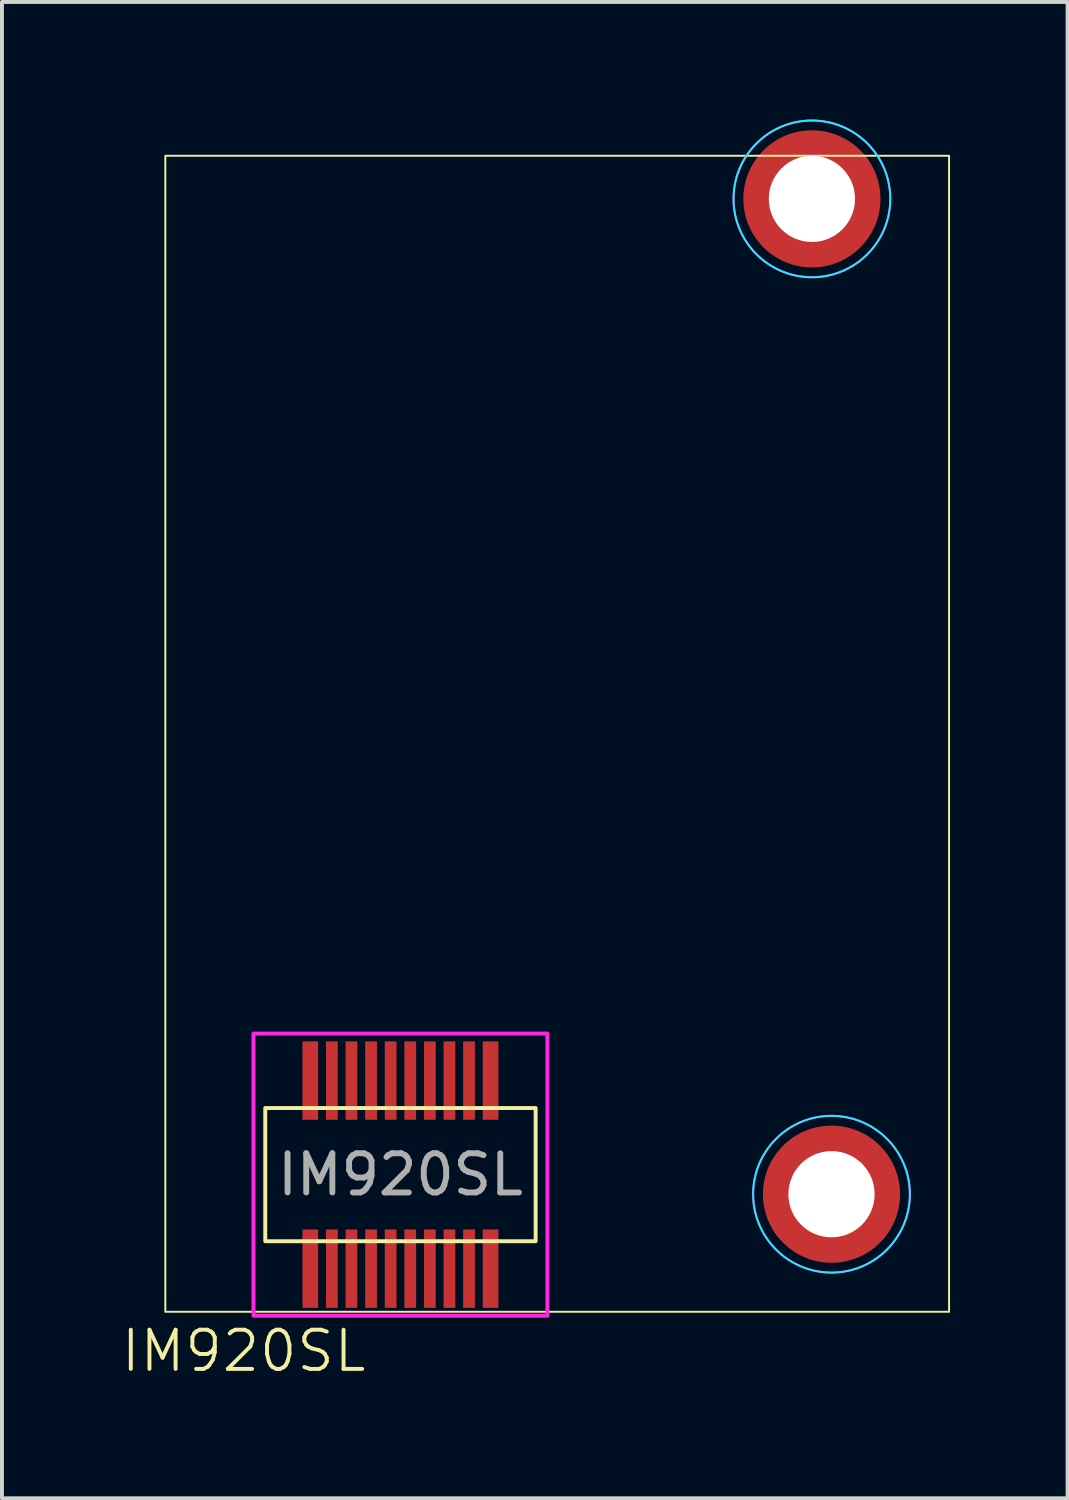
<source format=kicad_pcb>
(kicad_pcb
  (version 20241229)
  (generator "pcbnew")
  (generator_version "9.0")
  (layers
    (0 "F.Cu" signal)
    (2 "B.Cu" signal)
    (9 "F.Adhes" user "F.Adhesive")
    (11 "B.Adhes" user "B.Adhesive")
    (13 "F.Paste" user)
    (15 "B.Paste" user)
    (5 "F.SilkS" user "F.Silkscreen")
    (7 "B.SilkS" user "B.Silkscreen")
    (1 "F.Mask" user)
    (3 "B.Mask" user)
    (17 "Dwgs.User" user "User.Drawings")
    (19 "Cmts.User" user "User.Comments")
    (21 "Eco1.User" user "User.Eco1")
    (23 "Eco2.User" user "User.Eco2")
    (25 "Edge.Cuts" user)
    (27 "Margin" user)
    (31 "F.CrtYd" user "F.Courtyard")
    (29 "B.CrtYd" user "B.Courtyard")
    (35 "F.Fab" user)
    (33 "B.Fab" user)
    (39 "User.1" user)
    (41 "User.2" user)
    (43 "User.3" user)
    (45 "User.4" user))
  (footprint "IM920SL"
    (layer "F.Cu")
    (at 7.169 26.925)
    (property "Reference" "IM920SL" (at -4 4.5 0) (unlocked yes) (layer "F.SilkS") (effects (font (size 1 1) (thickness 0.1))))
    (attr smd)
    (fp_rect (start -2.5 -3.4) (end -2.1 -1.4) (stroke (width 0.1) (type default)) (fill no) (layer "F.Mask"))
    (fp_rect (start -2.5 1.4) (end -2.1 3.4) (stroke (width 0.1) (type default)) (fill no) (layer "F.Mask"))
    (fp_rect (start -1.9 -3.4) (end -1.6 -1.4) (stroke (width 0.1) (type default)) (fill no) (layer "F.Mask"))
    (fp_rect (start -1.9 1.4) (end -1.6 3.4) (stroke (width 0.1) (type default)) (fill no) (layer "F.Mask"))
    (fp_rect (start -1.4 -3.4) (end -1.1 -1.4) (stroke (width 0.1) (type default)) (fill no) (layer "F.Mask"))
    (fp_rect (start -1.4 1.4) (end -1.1 3.4) (stroke (width 0.1) (type default)) (fill no) (layer "F.Mask"))
    (fp_rect (start -0.9 -3.4) (end -0.6 -1.4) (stroke (width 0.1) (type default)) (fill no) (layer "F.Mask"))
    (fp_rect (start -0.9 1.4) (end -0.6 3.4) (stroke (width 0.1) (type default)) (fill no) (layer "F.Mask"))
    (fp_rect (start -0.4 -3.4) (end -0.1 -1.4) (stroke (width 0.1) (type default)) (fill no) (layer "F.Mask"))
    (fp_rect (start -0.4 1.4) (end -0.1 3.4) (stroke (width 0.1) (type default)) (fill no) (layer "F.Mask"))
    (fp_rect (start 0.1 -3.4) (end 0.4 -1.4) (stroke (width 0.1) (type default)) (fill no) (layer "F.Mask"))
    (fp_rect (start 0.1 1.4) (end 0.4 3.4) (stroke (width 0.1) (type default)) (fill no) (layer "F.Mask"))
    (fp_rect (start 0.6 -3.4) (end 0.9 -1.4) (stroke (width 0.1) (type default)) (fill no) (layer "F.Mask"))
    (fp_rect (start 0.6 1.4) (end 0.9 3.4) (stroke (width 0.1) (type default)) (fill no) (layer "F.Mask"))
    (fp_rect (start 1.1 -3.4) (end 1.4 -1.4) (stroke (width 0.1) (type default)) (fill no) (layer "F.Mask"))
    (fp_rect (start 1.1 1.4) (end 1.4 3.4) (stroke (width 0.1) (type default)) (fill no) (layer "F.Mask"))
    (fp_rect (start 1.6 -3.4) (end 1.9 -1.4) (stroke (width 0.1) (type default)) (fill no) (layer "F.Mask"))
    (fp_rect (start 1.6 1.4) (end 1.9 3.4) (stroke (width 0.1) (type default)) (fill no) (layer "F.Mask"))
    (fp_rect (start 2.1 -3.4) (end 2.5 -1.4) (stroke (width 0.1) (type default)) (fill no) (layer "F.Mask"))
    (fp_rect (start 2.1 1.4) (end 2.5 3.4) (stroke (width 0.1) (type default)) (fill no) (layer "F.Mask"))
    (fp_rect (start -6 -26) (end 14 3.5) (stroke (width 0.05) (type default)) (fill no) (layer "F.SilkS"))
    (fp_rect (start -3.45 -1.7) (end 3.45 1.7) (stroke (width 0.1) (type default)) (fill no) (layer "F.SilkS"))
    (fp_circle (center 10.5 -24.9) (end 12.5 -24.9) (stroke (width 0.05) (type default)) (fill no) (layer "B.CrtYd"))
    (fp_circle (center 11 0.5) (end 13 0.5) (stroke (width 0.05) (type default)) (fill no) (layer "B.CrtYd"))
    (fp_rect (start -3.75 -3.6) (end 3.75 3.6) (stroke (width 0.1) (type default)) (fill no) (layer "F.CrtYd"))
    (fp_circle (center 10.5 -24.9) (end 12.5 -24.9) (stroke (width 0.05) (type default)) (fill no) (layer "F.CrtYd"))
    (fp_circle (center 11 0.5) (end 13 0.5) (stroke (width 0.05) (type default)) (fill no) (layer "F.CrtYd"))
    (fp_text user "${REFERENCE}" (at 0 0 0) (unlocked yes) (layer "F.Fab") (effects (font (size 1 1) (thickness 0.15))))
    (pad "" np_thru_hole circle (at 10.5 -24.9) (size 3.5 3.5) (drill 2.2) (layers "F.Cu" "F.Mask" "F.Paste"))
    (pad "" np_thru_hole circle (at 11 0.5) (size 3.5 3.5) (drill 2.2) (layers "F.Cu" "F.Mask" "F.Paste"))
    (pad "1" smd rect (at 2.3 2.4) (size 0.4 2) (layers "F.Cu" "F.Mask" "F.Paste"))
    (pad "2" smd rect (at 2.3 -2.4) (size 0.4 2) (layers "F.Cu" "F.Mask" "F.Paste"))
    (pad "3" smd rect (at 1.75 2.4) (size 0.3 2) (layers "F.Cu" "F.Mask" "F.Paste"))
    (pad "4" smd rect (at 1.75 -2.4) (size 0.3 2) (layers "F.Cu" "F.Mask" "F.Paste"))
    (pad "5" smd rect (at 1.25 2.4) (size 0.3 2) (layers "F.Cu" "F.Mask" "F.Paste"))
    (pad "6" smd rect (at 1.25 -2.4) (size 0.3 2) (layers "F.Cu" "F.Mask" "F.Paste"))
    (pad "7" smd rect (at 0.75 2.4) (size 0.3 2) (layers "F.Cu" "F.Mask" "F.Paste"))
    (pad "8" smd rect (at 0.75 -2.4) (size 0.3 2) (layers "F.Cu" "F.Mask" "F.Paste"))
    (pad "9" smd rect (at 0.25 2.4) (size 0.3 2) (layers "F.Cu" "F.Mask" "F.Paste"))
    (pad "10" smd rect (at 0.25 -2.4) (size 0.3 2) (layers "F.Cu" "F.Mask" "F.Paste"))
    (pad "11" smd rect (at -0.25 2.4) (size 0.3 2) (layers "F.Cu" "F.Mask" "F.Paste"))
    (pad "12" smd rect (at -0.25 -2.4) (size 0.3 2) (layers "F.Cu" "F.Mask" "F.Paste"))
    (pad "13" smd rect (at -0.75 2.4) (size 0.3 2) (layers "F.Cu" "F.Mask" "F.Paste"))
    (pad "14" smd rect (at -0.75 -2.4) (size 0.3 2) (layers "F.Cu" "F.Mask" "F.Paste"))
    (pad "15" smd rect (at -1.25 2.4) (size 0.3 2) (layers "F.Cu" "F.Mask" "F.Paste"))
    (pad "16" smd rect (at -1.25 -2.4) (size 0.3 2) (layers "F.Cu" "F.Mask" "F.Paste"))
    (pad "17" smd rect (at -1.75 2.4) (size 0.3 2) (layers "F.Cu" "F.Mask" "F.Paste"))
    (pad "18" smd rect (at -1.75 -2.4) (size 0.3 2) (layers "F.Cu" "F.Mask" "F.Paste"))
    (pad "19" smd rect (at -2.3 2.4) (size 0.4 2) (layers "F.Cu" "F.Mask" "F.Paste"))
    (pad "20" smd rect (at -2.3 -2.4) (size 0.4 2) (layers "F.Cu" "F.Mask" "F.Paste")))
  (gr_rect
    (start -3 -3)
    (end 24.194 35.185)
    (stroke (width 0.1) (type default))
    (fill no)
    (layer "Edge.Cuts")))
</source>
